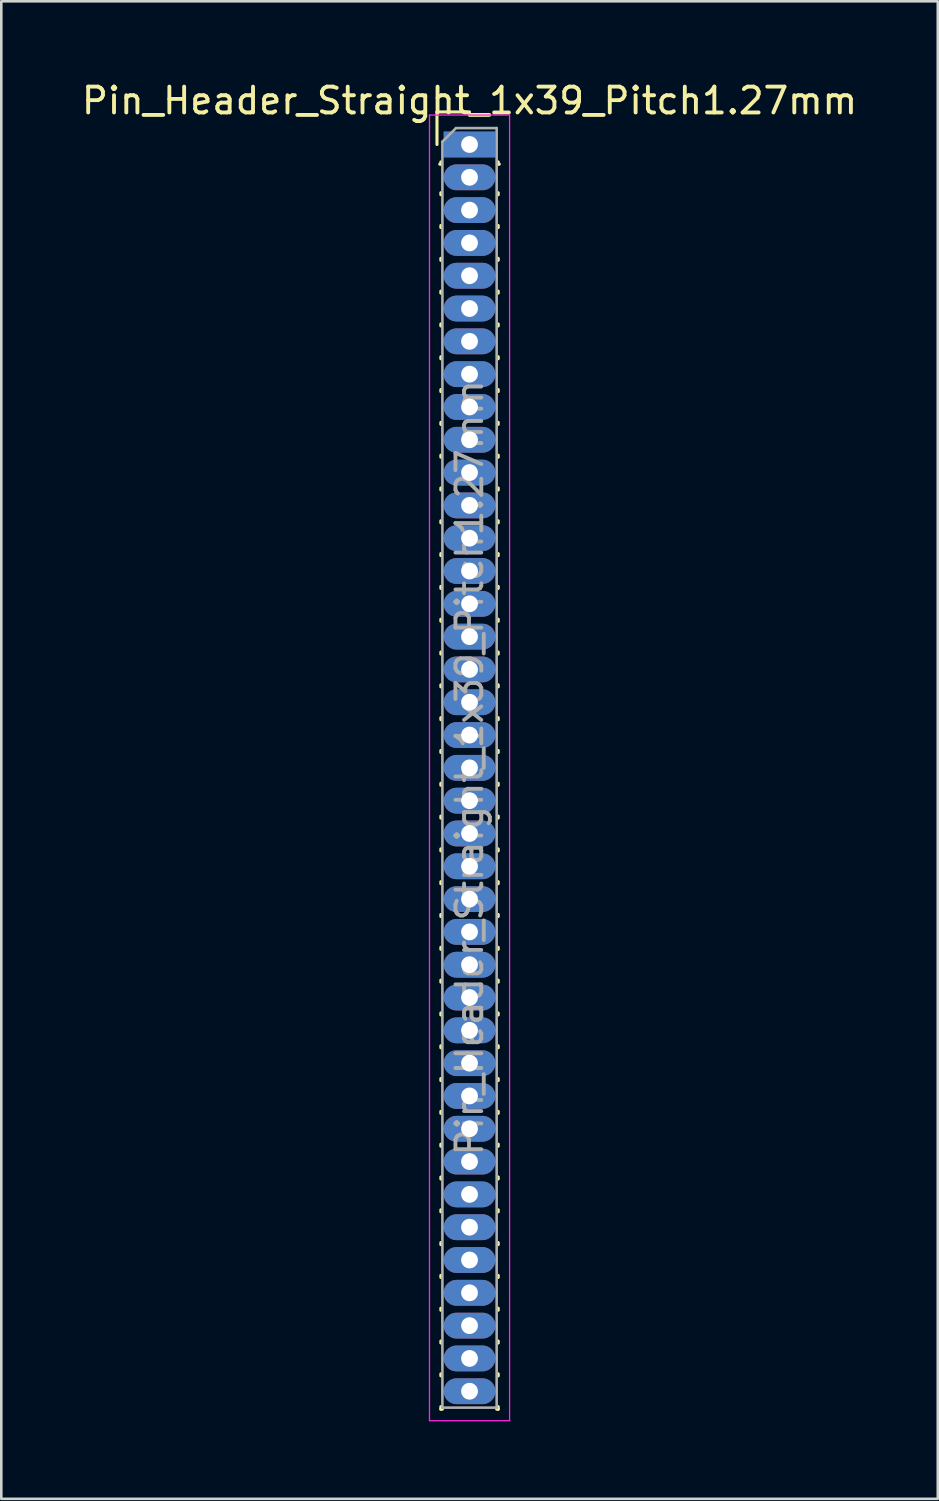
<source format=kicad_pcb>
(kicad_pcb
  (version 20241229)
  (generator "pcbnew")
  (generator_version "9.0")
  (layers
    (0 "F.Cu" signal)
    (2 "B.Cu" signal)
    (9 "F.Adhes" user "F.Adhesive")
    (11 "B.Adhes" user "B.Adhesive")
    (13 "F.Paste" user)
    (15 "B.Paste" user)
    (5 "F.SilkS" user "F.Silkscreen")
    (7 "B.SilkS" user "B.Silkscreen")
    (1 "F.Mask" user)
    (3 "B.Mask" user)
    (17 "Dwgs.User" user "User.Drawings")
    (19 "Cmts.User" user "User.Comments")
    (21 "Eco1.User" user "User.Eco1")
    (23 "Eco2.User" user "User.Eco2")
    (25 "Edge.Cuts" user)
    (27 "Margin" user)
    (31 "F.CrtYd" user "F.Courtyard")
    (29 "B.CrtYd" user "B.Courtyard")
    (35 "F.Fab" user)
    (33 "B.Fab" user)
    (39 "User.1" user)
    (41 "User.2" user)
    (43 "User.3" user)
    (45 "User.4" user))
  (footprint "Pin_Header_Straight_1x39_Pitch1.27mm"
    (layer "F.Cu")
    (at 15.125 2.543)
    (property "Reference" "Pin_Header_Straight_1x39_Pitch1.27mm" (at 0 -1.695 0) (layer "F.SilkS") (effects (font (size 1 1) (thickness 0.15))))
    (attr through_hole)
    (fp_line (start -1.26 -1.26) (end 0 -1.26) (stroke (width 0.12) (type solid)) (layer "F.SilkS"))
    (fp_line (start -1.26 0) (end -1.26 -1.26) (stroke (width 0.12) (type solid)) (layer "F.SilkS"))
    (fp_line (start -1.11 0.76) (end -1.152 0.76) (stroke (width 0.12) (type solid)) (layer "F.SilkS"))
    (fp_line (start -1.11 0.76) (end -1.11 0.674) (stroke (width 0.12) (type solid)) (layer "F.SilkS"))
    (fp_line (start -1.11 1.866) (end -1.11 1.944) (stroke (width 0.12) (type solid)) (layer "F.SilkS"))
    (fp_line (start -1.11 3.136) (end -1.11 3.214) (stroke (width 0.12) (type solid)) (layer "F.SilkS"))
    (fp_line (start -1.11 4.406) (end -1.11 4.484) (stroke (width 0.12) (type solid)) (layer "F.SilkS"))
    (fp_line (start -1.11 5.676) (end -1.11 5.754) (stroke (width 0.12) (type solid)) (layer "F.SilkS"))
    (fp_line (start -1.11 6.946) (end -1.11 7.024) (stroke (width 0.12) (type solid)) (layer "F.SilkS"))
    (fp_line (start -1.11 8.216) (end -1.11 8.294) (stroke (width 0.12) (type solid)) (layer "F.SilkS"))
    (fp_line (start -1.11 9.486) (end -1.11 9.564) (stroke (width 0.12) (type solid)) (layer "F.SilkS"))
    (fp_line (start -1.11 10.756) (end -1.11 10.834) (stroke (width 0.12) (type solid)) (layer "F.SilkS"))
    (fp_line (start -1.11 12.026) (end -1.11 12.104) (stroke (width 0.12) (type solid)) (layer "F.SilkS"))
    (fp_line (start -1.11 13.296) (end -1.11 13.374) (stroke (width 0.12) (type solid)) (layer "F.SilkS"))
    (fp_line (start -1.11 14.566) (end -1.11 14.644) (stroke (width 0.12) (type solid)) (layer "F.SilkS"))
    (fp_line (start -1.11 15.836) (end -1.11 15.914) (stroke (width 0.12) (type solid)) (layer "F.SilkS"))
    (fp_line (start -1.11 17.106) (end -1.11 17.184) (stroke (width 0.12) (type solid)) (layer "F.SilkS"))
    (fp_line (start -1.11 18.376) (end -1.11 18.454) (stroke (width 0.12) (type solid)) (layer "F.SilkS"))
    (fp_line (start -1.11 19.646) (end -1.11 19.724) (stroke (width 0.12) (type solid)) (layer "F.SilkS"))
    (fp_line (start -1.11 20.916) (end -1.11 20.994) (stroke (width 0.12) (type solid)) (layer "F.SilkS"))
    (fp_line (start -1.11 22.186) (end -1.11 22.264) (stroke (width 0.12) (type solid)) (layer "F.SilkS"))
    (fp_line (start -1.11 23.456) (end -1.11 23.534) (stroke (width 0.12) (type solid)) (layer "F.SilkS"))
    (fp_line (start -1.11 24.726) (end -1.11 24.804) (stroke (width 0.12) (type solid)) (layer "F.SilkS"))
    (fp_line (start -1.11 25.996) (end -1.11 26.074) (stroke (width 0.12) (type solid)) (layer "F.SilkS"))
    (fp_line (start -1.11 27.266) (end -1.11 27.344) (stroke (width 0.12) (type solid)) (layer "F.SilkS"))
    (fp_line (start -1.11 28.536) (end -1.11 28.614) (stroke (width 0.12) (type solid)) (layer "F.SilkS"))
    (fp_line (start -1.11 29.806) (end -1.11 29.884) (stroke (width 0.12) (type solid)) (layer "F.SilkS"))
    (fp_line (start -1.11 31.076) (end -1.11 31.154) (stroke (width 0.12) (type solid)) (layer "F.SilkS"))
    (fp_line (start -1.11 32.346) (end -1.11 32.424) (stroke (width 0.12) (type solid)) (layer "F.SilkS"))
    (fp_line (start -1.11 33.616) (end -1.11 33.694) (stroke (width 0.12) (type solid)) (layer "F.SilkS"))
    (fp_line (start -1.11 34.886) (end -1.11 34.964) (stroke (width 0.12) (type solid)) (layer "F.SilkS"))
    (fp_line (start -1.11 36.156) (end -1.11 36.234) (stroke (width 0.12) (type solid)) (layer "F.SilkS"))
    (fp_line (start -1.11 37.426) (end -1.11 37.504) (stroke (width 0.12) (type solid)) (layer "F.SilkS"))
    (fp_line (start -1.11 38.696) (end -1.11 38.774) (stroke (width 0.12) (type solid)) (layer "F.SilkS"))
    (fp_line (start -1.11 39.966) (end -1.11 40.044) (stroke (width 0.12) (type solid)) (layer "F.SilkS"))
    (fp_line (start -1.11 41.236) (end -1.11 41.314) (stroke (width 0.12) (type solid)) (layer "F.SilkS"))
    (fp_line (start -1.11 42.506) (end -1.11 42.584) (stroke (width 0.12) (type solid)) (layer "F.SilkS"))
    (fp_line (start -1.11 43.776) (end -1.11 43.854) (stroke (width 0.12) (type solid)) (layer "F.SilkS"))
    (fp_line (start -1.11 45.046) (end -1.11 45.124) (stroke (width 0.12) (type solid)) (layer "F.SilkS"))
    (fp_line (start -1.11 46.316) (end -1.11 46.394) (stroke (width 0.12) (type solid)) (layer "F.SilkS"))
    (fp_line (start -1.11 47.586) (end -1.11 47.664) (stroke (width 0.12) (type solid)) (layer "F.SilkS"))
    (fp_line (start -1.11 48.856) (end -1.11 48.955) (stroke (width 0.12) (type solid)) (layer "F.SilkS"))
    (fp_line (start -1.11 48.955) (end -1.051 48.955) (stroke (width 0.12) (type solid)) (layer "F.SilkS"))
    (fp_line (start 1.051 48.955) (end 1.11 48.955) (stroke (width 0.12) (type solid)) (layer "F.SilkS"))
    (fp_line (start 1.11 0.76) (end 1.11 0.674) (stroke (width 0.12) (type solid)) (layer "F.SilkS"))
    (fp_line (start 1.11 1.866) (end 1.11 1.944) (stroke (width 0.12) (type solid)) (layer "F.SilkS"))
    (fp_line (start 1.11 3.136) (end 1.11 3.214) (stroke (width 0.12) (type solid)) (layer "F.SilkS"))
    (fp_line (start 1.11 4.406) (end 1.11 4.484) (stroke (width 0.12) (type solid)) (layer "F.SilkS"))
    (fp_line (start 1.11 5.676) (end 1.11 5.754) (stroke (width 0.12) (type solid)) (layer "F.SilkS"))
    (fp_line (start 1.11 6.946) (end 1.11 7.024) (stroke (width 0.12) (type solid)) (layer "F.SilkS"))
    (fp_line (start 1.11 8.216) (end 1.11 8.294) (stroke (width 0.12) (type solid)) (layer "F.SilkS"))
    (fp_line (start 1.11 9.486) (end 1.11 9.564) (stroke (width 0.12) (type solid)) (layer "F.SilkS"))
    (fp_line (start 1.11 10.756) (end 1.11 10.834) (stroke (width 0.12) (type solid)) (layer "F.SilkS"))
    (fp_line (start 1.11 12.026) (end 1.11 12.104) (stroke (width 0.12) (type solid)) (layer "F.SilkS"))
    (fp_line (start 1.11 13.296) (end 1.11 13.374) (stroke (width 0.12) (type solid)) (layer "F.SilkS"))
    (fp_line (start 1.11 14.566) (end 1.11 14.644) (stroke (width 0.12) (type solid)) (layer "F.SilkS"))
    (fp_line (start 1.11 15.836) (end 1.11 15.914) (stroke (width 0.12) (type solid)) (layer "F.SilkS"))
    (fp_line (start 1.11 17.106) (end 1.11 17.184) (stroke (width 0.12) (type solid)) (layer "F.SilkS"))
    (fp_line (start 1.11 18.376) (end 1.11 18.454) (stroke (width 0.12) (type solid)) (layer "F.SilkS"))
    (fp_line (start 1.11 19.646) (end 1.11 19.724) (stroke (width 0.12) (type solid)) (layer "F.SilkS"))
    (fp_line (start 1.11 20.916) (end 1.11 20.994) (stroke (width 0.12) (type solid)) (layer "F.SilkS"))
    (fp_line (start 1.11 22.186) (end 1.11 22.264) (stroke (width 0.12) (type solid)) (layer "F.SilkS"))
    (fp_line (start 1.11 23.456) (end 1.11 23.534) (stroke (width 0.12) (type solid)) (layer "F.SilkS"))
    (fp_line (start 1.11 24.726) (end 1.11 24.804) (stroke (width 0.12) (type solid)) (layer "F.SilkS"))
    (fp_line (start 1.11 25.996) (end 1.11 26.074) (stroke (width 0.12) (type solid)) (layer "F.SilkS"))
    (fp_line (start 1.11 27.266) (end 1.11 27.344) (stroke (width 0.12) (type solid)) (layer "F.SilkS"))
    (fp_line (start 1.11 28.536) (end 1.11 28.614) (stroke (width 0.12) (type solid)) (layer "F.SilkS"))
    (fp_line (start 1.11 29.806) (end 1.11 29.884) (stroke (width 0.12) (type solid)) (layer "F.SilkS"))
    (fp_line (start 1.11 31.076) (end 1.11 31.154) (stroke (width 0.12) (type solid)) (layer "F.SilkS"))
    (fp_line (start 1.11 32.346) (end 1.11 32.424) (stroke (width 0.12) (type solid)) (layer "F.SilkS"))
    (fp_line (start 1.11 33.616) (end 1.11 33.694) (stroke (width 0.12) (type solid)) (layer "F.SilkS"))
    (fp_line (start 1.11 34.886) (end 1.11 34.964) (stroke (width 0.12) (type solid)) (layer "F.SilkS"))
    (fp_line (start 1.11 36.156) (end 1.11 36.234) (stroke (width 0.12) (type solid)) (layer "F.SilkS"))
    (fp_line (start 1.11 37.426) (end 1.11 37.504) (stroke (width 0.12) (type solid)) (layer "F.SilkS"))
    (fp_line (start 1.11 38.696) (end 1.11 38.774) (stroke (width 0.12) (type solid)) (layer "F.SilkS"))
    (fp_line (start 1.11 39.966) (end 1.11 40.044) (stroke (width 0.12) (type solid)) (layer "F.SilkS"))
    (fp_line (start 1.11 41.236) (end 1.11 41.314) (stroke (width 0.12) (type solid)) (layer "F.SilkS"))
    (fp_line (start 1.11 42.506) (end 1.11 42.584) (stroke (width 0.12) (type solid)) (layer "F.SilkS"))
    (fp_line (start 1.11 43.776) (end 1.11 43.854) (stroke (width 0.12) (type solid)) (layer "F.SilkS"))
    (fp_line (start 1.11 45.046) (end 1.11 45.124) (stroke (width 0.12) (type solid)) (layer "F.SilkS"))
    (fp_line (start 1.11 46.316) (end 1.11 46.394) (stroke (width 0.12) (type solid)) (layer "F.SilkS"))
    (fp_line (start 1.11 47.586) (end 1.11 47.664) (stroke (width 0.12) (type solid)) (layer "F.SilkS"))
    (fp_line (start 1.11 48.856) (end 1.11 48.955) (stroke (width 0.12) (type solid)) (layer "F.SilkS"))
    (fp_line (start 1.152 0.76) (end 1.11 0.76) (stroke (width 0.12) (type solid)) (layer "F.SilkS"))
    (fp_line (start -1.55 -1.14) (end -1.55 49.4) (stroke (width 0.05) (type solid)) (layer "F.CrtYd"))
    (fp_line (start -1.55 49.4) (end 1.55 49.4) (stroke (width 0.05) (type solid)) (layer "F.CrtYd"))
    (fp_line (start 1.55 -1.14) (end -1.55 -1.14) (stroke (width 0.05) (type solid)) (layer "F.CrtYd"))
    (fp_line (start 1.55 49.4) (end 1.55 -1.14) (stroke (width 0.05) (type solid)) (layer "F.CrtYd"))
    (fp_line (start -1.05 -0.11) (end -0.525 -0.635) (stroke (width 0.1) (type solid)) (layer "F.Fab"))
    (fp_line (start -1.05 48.895) (end -1.05 -0.11) (stroke (width 0.1) (type solid)) (layer "F.Fab"))
    (fp_line (start -0.525 -0.635) (end 1.05 -0.635) (stroke (width 0.1) (type solid)) (layer "F.Fab"))
    (fp_line (start 1.05 -0.635) (end 1.05 48.895) (stroke (width 0.1) (type solid)) (layer "F.Fab"))
    (fp_line (start 1.05 48.895) (end -1.05 48.895) (stroke (width 0.1) (type solid)) (layer "F.Fab"))
    (fp_text user "${REFERENCE}" (at 0 24.13 90) (layer "F.Fab") (effects (font (size 1 1) (thickness 0.15))))
    (pad "1" thru_hole rect (at 0 0) (size 2 1) (drill 0.65) (layers "*.Cu" "*.Mask"))
    (pad "2" thru_hole oval (at 0 1.27) (size 2 1) (drill 0.65) (layers "*.Cu" "*.Mask"))
    (pad "3" thru_hole oval (at 0 2.54) (size 2 1) (drill 0.65) (layers "*.Cu" "*.Mask"))
    (pad "4" thru_hole oval (at 0 3.81) (size 2 1) (drill 0.65) (layers "*.Cu" "*.Mask"))
    (pad "5" thru_hole oval (at 0 5.08) (size 2 1) (drill 0.65) (layers "*.Cu" "*.Mask"))
    (pad "6" thru_hole oval (at 0 6.35) (size 2 1) (drill 0.65) (layers "*.Cu" "*.Mask"))
    (pad "7" thru_hole oval (at 0 7.62) (size 2 1) (drill 0.65) (layers "*.Cu" "*.Mask"))
    (pad "8" thru_hole oval (at 0 8.89) (size 2 1) (drill 0.65) (layers "*.Cu" "*.Mask"))
    (pad "9" thru_hole oval (at 0 10.16) (size 2 1) (drill 0.65) (layers "*.Cu" "*.Mask"))
    (pad "10" thru_hole oval (at 0 11.43) (size 2 1) (drill 0.65) (layers "*.Cu" "*.Mask"))
    (pad "11" thru_hole oval (at 0 12.7) (size 2 1) (drill 0.65) (layers "*.Cu" "*.Mask"))
    (pad "12" thru_hole oval (at 0 13.97) (size 2 1) (drill 0.65) (layers "*.Cu" "*.Mask"))
    (pad "13" thru_hole oval (at 0 15.24) (size 2 1) (drill 0.65) (layers "*.Cu" "*.Mask"))
    (pad "14" thru_hole oval (at 0 16.51) (size 2 1) (drill 0.65) (layers "*.Cu" "*.Mask"))
    (pad "15" thru_hole oval (at 0 17.78) (size 2 1) (drill 0.65) (layers "*.Cu" "*.Mask"))
    (pad "16" thru_hole oval (at 0 19.05) (size 2 1) (drill 0.65) (layers "*.Cu" "*.Mask"))
    (pad "17" thru_hole oval (at 0 20.32) (size 2 1) (drill 0.65) (layers "*.Cu" "*.Mask"))
    (pad "18" thru_hole oval (at 0 21.59) (size 2 1) (drill 0.65) (layers "*.Cu" "*.Mask"))
    (pad "19" thru_hole oval (at 0 22.86) (size 2 1) (drill 0.65) (layers "*.Cu" "*.Mask"))
    (pad "20" thru_hole oval (at 0 24.13) (size 2 1) (drill 0.65) (layers "*.Cu" "*.Mask"))
    (pad "21" thru_hole oval (at 0 25.4) (size 2 1) (drill 0.65) (layers "*.Cu" "*.Mask"))
    (pad "22" thru_hole oval (at 0 26.67) (size 2 1) (drill 0.65) (layers "*.Cu" "*.Mask"))
    (pad "23" thru_hole oval (at 0 27.94) (size 2 1) (drill 0.65) (layers "*.Cu" "*.Mask"))
    (pad "24" thru_hole oval (at 0 29.21) (size 2 1) (drill 0.65) (layers "*.Cu" "*.Mask"))
    (pad "25" thru_hole oval (at 0 30.48) (size 2 1) (drill 0.65) (layers "*.Cu" "*.Mask"))
    (pad "26" thru_hole oval (at 0 31.75) (size 2 1) (drill 0.65) (layers "*.Cu" "*.Mask"))
    (pad "27" thru_hole oval (at 0 33.02) (size 2 1) (drill 0.65) (layers "*.Cu" "*.Mask"))
    (pad "28" thru_hole oval (at 0 34.29) (size 2 1) (drill 0.65) (layers "*.Cu" "*.Mask"))
    (pad "29" thru_hole oval (at 0 35.56) (size 2 1) (drill 0.65) (layers "*.Cu" "*.Mask"))
    (pad "30" thru_hole oval (at 0 36.83) (size 2 1) (drill 0.65) (layers "*.Cu" "*.Mask"))
    (pad "31" thru_hole oval (at 0 38.1) (size 2 1) (drill 0.65) (layers "*.Cu" "*.Mask"))
    (pad "32" thru_hole oval (at 0 39.37) (size 2 1) (drill 0.65) (layers "*.Cu" "*.Mask"))
    (pad "33" thru_hole oval (at 0 40.64) (size 2 1) (drill 0.65) (layers "*.Cu" "*.Mask"))
    (pad "34" thru_hole oval (at 0 41.91) (size 2 1) (drill 0.65) (layers "*.Cu" "*.Mask"))
    (pad "35" thru_hole oval (at 0 43.18) (size 2 1) (drill 0.65) (layers "*.Cu" "*.Mask"))
    (pad "36" thru_hole oval (at 0 44.45) (size 2 1) (drill 0.65) (layers "*.Cu" "*.Mask"))
    (pad "37" thru_hole oval (at 0 45.72) (size 2 1) (drill 0.65) (layers "*.Cu" "*.Mask"))
    (pad "38" thru_hole oval (at 0 46.99) (size 2 1) (drill 0.65) (layers "*.Cu" "*.Mask"))
    (pad "39" thru_hole oval (at 0 48.26) (size 2 1) (drill 0.65) (layers "*.Cu" "*.Mask")))
  (gr_rect
    (start -3 -3)
    (end 33.25 54.968)
    (stroke (width 0.1) (type default))
    (fill no)
    (layer "Edge.Cuts")))
</source>
